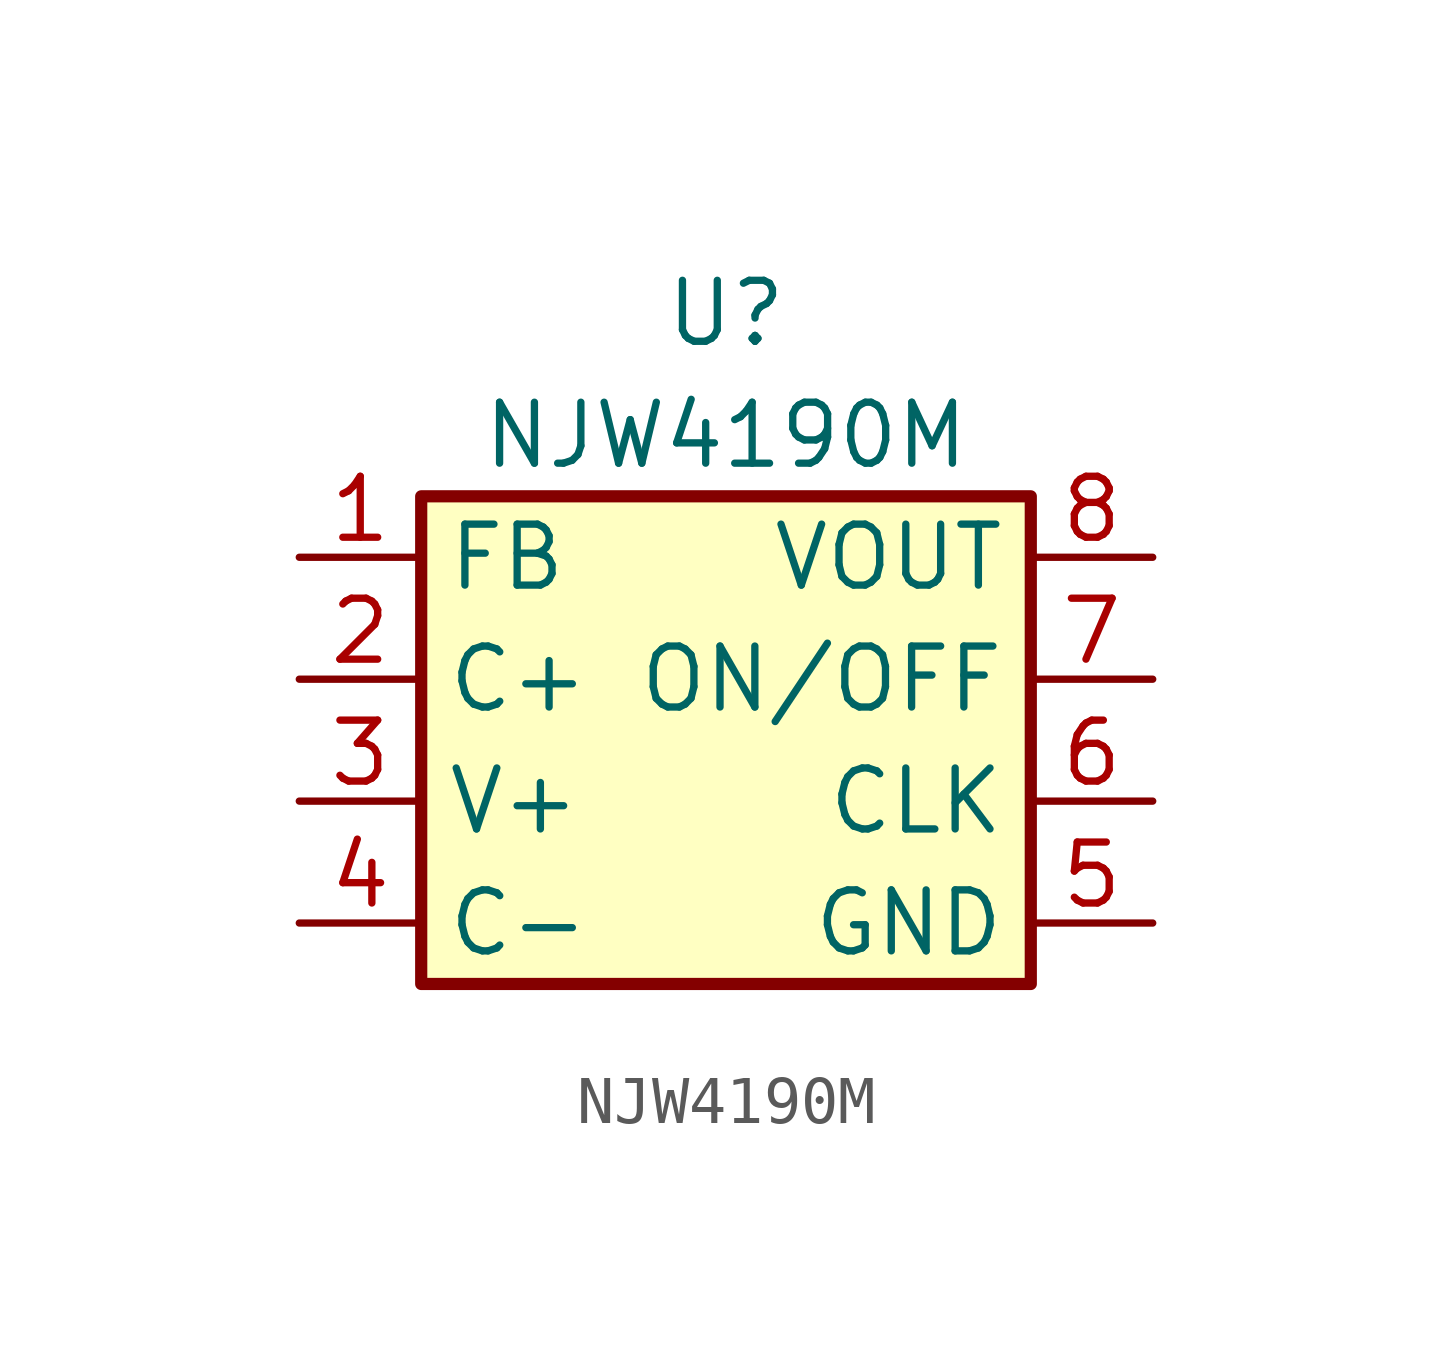
<source format=kicad_sym>
(kicad_symbol_lib
  (version 20211014)
  (generator kicad_symbol_editor)
  (symbol "NJW4190M"
    (property "Reference" "U"
      (at 0 8.89 0)
      (effects (font (size 1.27 1.27))))
    (property "Value" "NJW4190M"
      (at 0 6.35 0)
      (effects (font (size 1.27 1.27))))
    (symbol "NJW4190M_1_1"
      (rectangle (start -6.35 5.08) (end 6.35 -5.08) (stroke (width 0.254) (type default) (color 0 0 0 0)) (fill (type background)))
      (pin passive line (at -8.89 3.81 0) (length 2.54) (name "FB" (effects (font (size 1.27 1.27)))) (number "1" (effects (font (size 1.27 1.27)))))
      (pin passive line (at -8.89 1.27 0) (length 2.54) (name "C+" (effects (font (size 1.27 1.27)))) (number "2" (effects (font (size 1.27 1.27)))))
      (pin passive line (at -8.89 -1.27 0) (length 2.54) (name "V+" (effects (font (size 1.27 1.27)))) (number "3" (effects (font (size 1.27 1.27)))))
      (pin passive line (at -8.89 -3.81 0) (length 2.54) (name "C-" (effects (font (size 1.27 1.27)))) (number "4" (effects (font (size 1.27 1.27)))))
      (pin passive line (at 8.89 -3.81 180) (length 2.54) (name "GND" (effects (font (size 1.27 1.27)))) (number "5" (effects (font (size 1.27 1.27)))))
      (pin passive line (at 8.89 -1.27 180) (length 2.54) (name "CLK" (effects (font (size 1.27 1.27)))) (number "6" (effects (font (size 1.27 1.27)))))
      (pin passive line (at 8.89 1.27 180) (length 2.54) (name "ON/OFF" (effects (font (size 1.27 1.27)))) (number "7" (effects (font (size 1.27 1.27)))))
      (pin passive line (at 8.89 3.81 180) (length 2.54) (name "VOUT" (effects (font (size 1.27 1.27)))) (number "8" (effects (font (size 1.27 1.27))))))))
</source>
